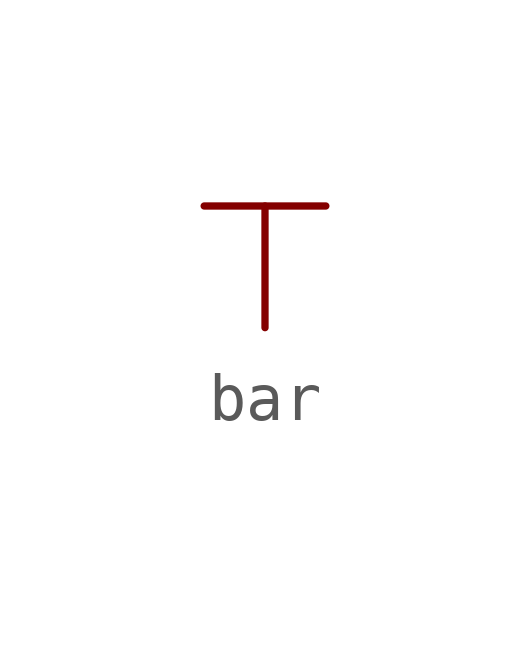
<source format=kicad_sym>
(kicad_symbol_lib
  (version 20231120)
  (generator "kicad_symbol_editor")
  (generator_version "8.0")
  (symbol "bar"
    (power)
    (pin_numbers hide)
    (pin_names
      (offset 0))
    (property "Reference" "#PWR"
      (at 0 -1.524 0)
      (effects (font (size 1.27 1.27)) (hide yes)))
    (symbol "bar_0_1"
      (polyline (pts (xy -1.27 2.54) (xy 1.27 2.54)) (stroke (width 0) (type solid)) (fill (type none)))
      (polyline (pts (xy 0 0) (xy 0 2.54)) (stroke (width 0) (type solid)) (fill (type none))))
    (symbol "bar_1_1"
      (pin power_in line (at 0 0 90) (length 0) hide (name "~" (effects (font (size 1.27 1.27)))) (number "1" (effects (font (size 1.27 1.27))))))))
</source>
